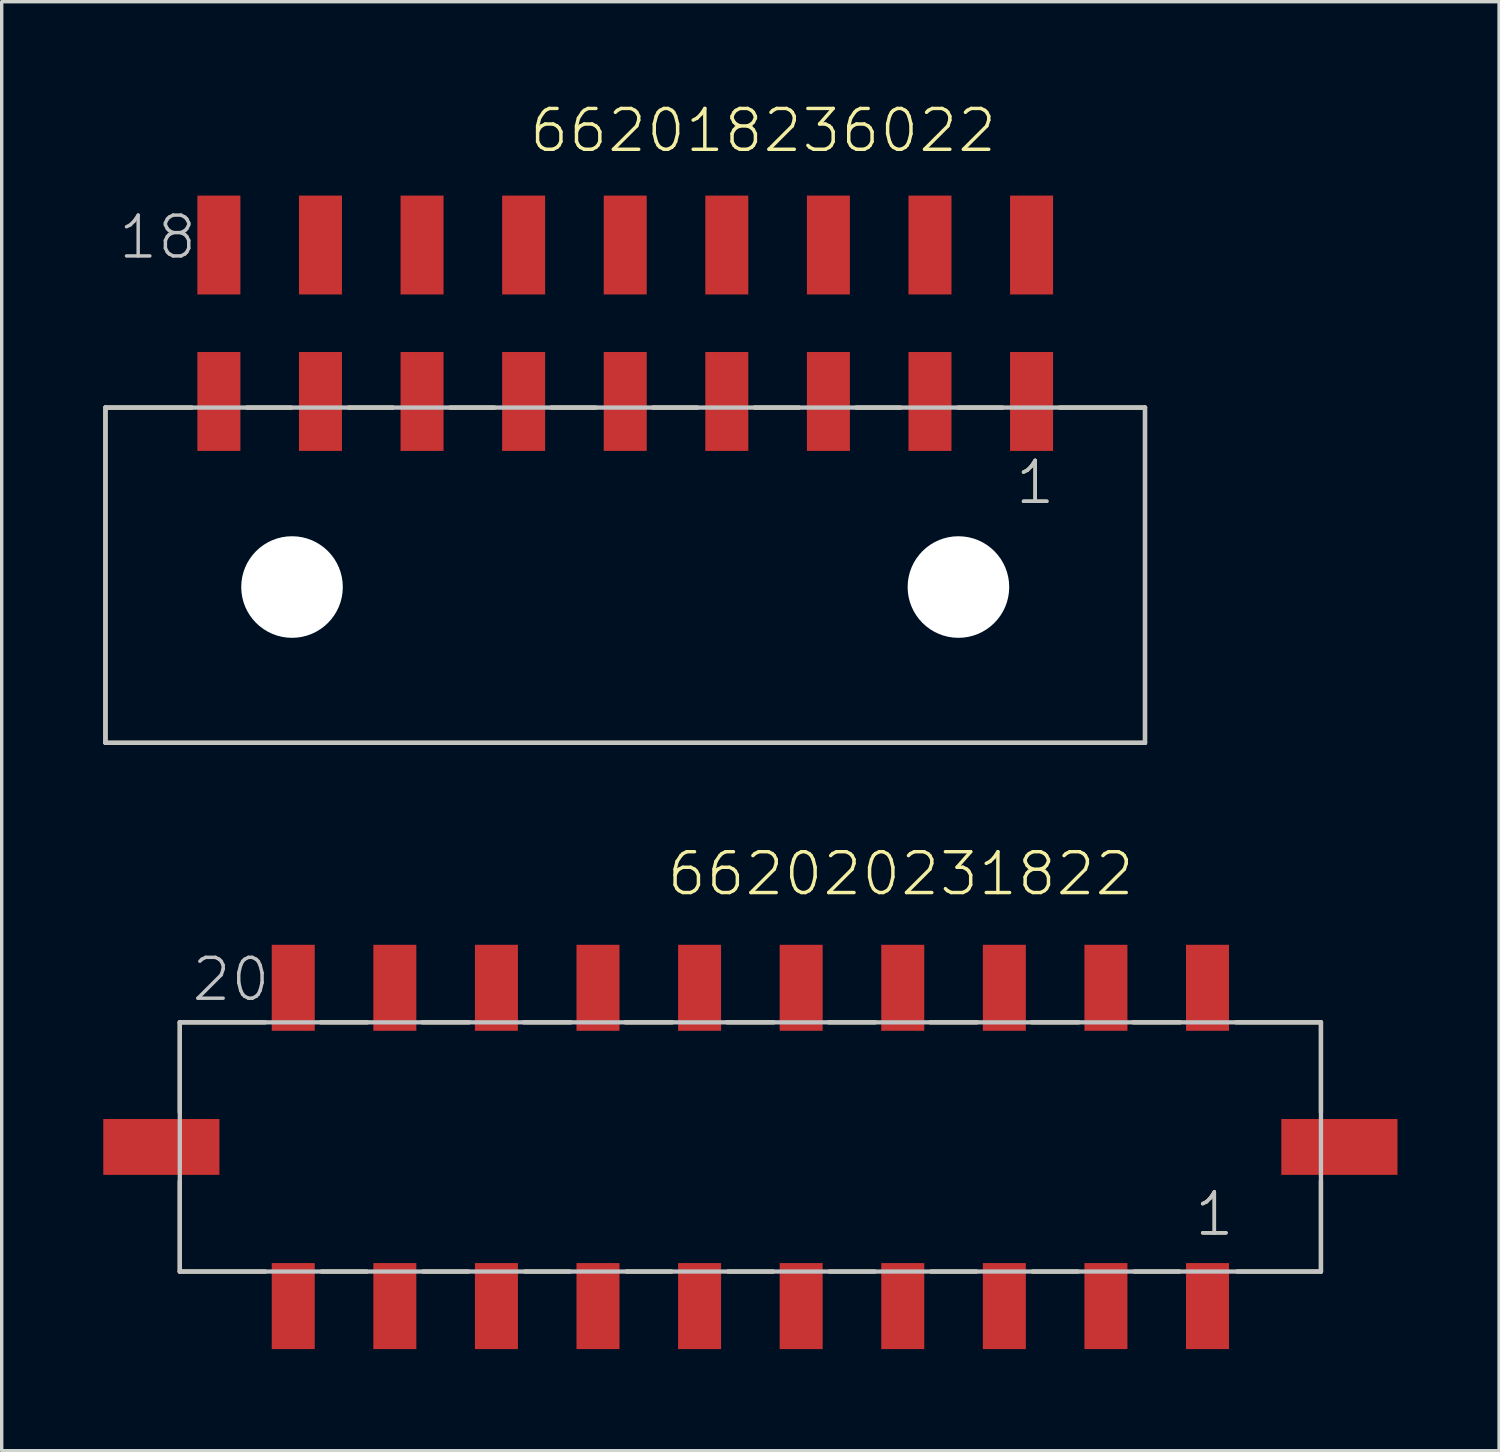
<source format=kicad_pcb>
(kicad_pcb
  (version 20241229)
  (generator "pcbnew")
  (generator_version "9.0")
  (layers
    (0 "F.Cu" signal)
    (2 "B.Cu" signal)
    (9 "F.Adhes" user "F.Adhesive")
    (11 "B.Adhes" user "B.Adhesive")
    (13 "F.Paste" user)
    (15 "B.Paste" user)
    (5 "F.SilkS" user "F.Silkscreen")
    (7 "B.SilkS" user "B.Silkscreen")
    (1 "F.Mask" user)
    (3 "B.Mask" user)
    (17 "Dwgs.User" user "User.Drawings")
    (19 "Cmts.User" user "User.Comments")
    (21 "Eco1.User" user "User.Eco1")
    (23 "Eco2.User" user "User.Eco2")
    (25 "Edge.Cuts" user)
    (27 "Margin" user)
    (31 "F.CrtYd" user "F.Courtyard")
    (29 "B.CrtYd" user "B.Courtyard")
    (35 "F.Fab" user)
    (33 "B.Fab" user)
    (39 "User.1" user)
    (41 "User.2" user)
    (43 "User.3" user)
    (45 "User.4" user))
  (footprint "662018236022"
    (layer "F.Cu")
    (at 15.414 14.286)
    (property "Reference" "662018236022" (at -2.885 -12.775 0) (layer "F.SilkS") (effects (font (size 1.206 1.206) (thickness 0.102)) (justify left bottom)))
    (attr through_hole)
    (fp_line (start -15.35 -5.3) (end -15.35 4.6) (stroke (width 0.127) (type solid)) (layer "F.SilkS"))
    (fp_line (start -15.35 4.6) (end 15.35 4.6) (stroke (width 0.127) (type solid)) (layer "F.SilkS"))
    (fp_line (start -12.8 -5.3) (end -15.35 -5.3) (stroke (width 0.127) (type solid)) (layer "F.SilkS"))
    (fp_line (start -11.17 -5.3) (end -9.86 -5.3) (stroke (width 0.127) (type solid)) (layer "F.SilkS"))
    (fp_line (start -8.17 -5.3) (end -6.86 -5.3) (stroke (width 0.127) (type solid)) (layer "F.SilkS"))
    (fp_line (start -5.17 -5.3) (end -3.86 -5.3) (stroke (width 0.127) (type solid)) (layer "F.SilkS"))
    (fp_line (start -2.18 -5.3) (end -0.87 -5.3) (stroke (width 0.127) (type solid)) (layer "F.SilkS"))
    (fp_line (start 0.82 -5.3) (end 2.13 -5.3) (stroke (width 0.127) (type solid)) (layer "F.SilkS"))
    (fp_line (start 3.82 -5.3) (end 5.13 -5.3) (stroke (width 0.127) (type solid)) (layer "F.SilkS"))
    (fp_line (start 6.82 -5.3) (end 8.13 -5.3) (stroke (width 0.127) (type solid)) (layer "F.SilkS"))
    (fp_line (start 9.83 -5.3) (end 11.14 -5.3) (stroke (width 0.127) (type solid)) (layer "F.SilkS"))
    (fp_line (start 12.83 -5.3) (end 15.35 -5.3) (stroke (width 0.127) (type solid)) (layer "F.SilkS"))
    (fp_line (start 15.35 4.6) (end 15.35 -5.3) (stroke (width 0.127) (type solid)) (layer "F.SilkS"))
    (fp_line (start -15.35 -5.3) (end 15.35 -5.3) (stroke (width 0.127) (type solid)) (layer "Dwgs.User"))
    (fp_line (start -15.35 4.6) (end -15.35 -5.3) (stroke (width 0.127) (type solid)) (layer "Dwgs.User"))
    (fp_line (start 15.35 -5.3) (end 15.35 4.6) (stroke (width 0.127) (type solid)) (layer "Dwgs.User"))
    (fp_line (start 15.35 4.6) (end -15.35 4.6) (stroke (width 0.127) (type solid)) (layer "Dwgs.User"))
    (fp_text user "1" (at 11.465 -2.38 0) (layer "F.SilkS") (effects (font (size 1.206 1.206) (thickness 0.102)) (justify left bottom)))
    (fp_text user "18" (at -15.025 -9.625 0) (layer "Dwgs.User") (effects (font (size 1.206 1.206) (thickness 0.102)) (justify left bottom)))
    (fp_text user "1" (at 11.465 -2.38 0) (layer "Dwgs.User") (effects (font (size 1.206 1.206) (thickness 0.102)) (justify left bottom)))
    (pad "" np_thru_hole circle (at -9.84 0) (size 3 3) (drill 3) (layers "*.Cu"))
    (pad "" np_thru_hole circle (at 9.84 0) (size 3 3) (drill 3) (layers "*.Cu"))
    (pad "1" smd rect (at 12 -5.48 90) (size 2.92 1.27) (layers "F.Cu" "F.Mask" "F.Paste"))
    (pad "2" smd rect (at 9 -5.48 90) (size 2.92 1.27) (layers "F.Cu" "F.Mask" "F.Paste"))
    (pad "3" smd rect (at 6 -5.48 90) (size 2.92 1.27) (layers "F.Cu" "F.Mask" "F.Paste"))
    (pad "4" smd rect (at 3 -5.48 90) (size 2.92 1.27) (layers "F.Cu" "F.Mask" "F.Paste"))
    (pad "5" smd rect (at 0 -5.48 90) (size 2.92 1.27) (layers "F.Cu" "F.Mask" "F.Paste"))
    (pad "6" smd rect (at -3 -5.48 90) (size 2.92 1.27) (layers "F.Cu" "F.Mask" "F.Paste"))
    (pad "7" smd rect (at -6 -5.48 90) (size 2.92 1.27) (layers "F.Cu" "F.Mask" "F.Paste"))
    (pad "8" smd rect (at -9 -5.48 90) (size 2.92 1.27) (layers "F.Cu" "F.Mask" "F.Paste"))
    (pad "9" smd rect (at -12 -5.48 90) (size 2.92 1.27) (layers "F.Cu" "F.Mask" "F.Paste"))
    (pad "10" smd rect (at 12 -10.1 90) (size 2.92 1.27) (layers "F.Cu" "F.Mask" "F.Paste"))
    (pad "11" smd rect (at 9 -10.1 90) (size 2.92 1.27) (layers "F.Cu" "F.Mask" "F.Paste"))
    (pad "12" smd rect (at 6 -10.1 90) (size 2.92 1.27) (layers "F.Cu" "F.Mask" "F.Paste"))
    (pad "13" smd rect (at 3 -10.1 90) (size 2.92 1.27) (layers "F.Cu" "F.Mask" "F.Paste"))
    (pad "14" smd rect (at 0 -10.1 90) (size 2.92 1.27) (layers "F.Cu" "F.Mask" "F.Paste"))
    (pad "15" smd rect (at -3 -10.1 90) (size 2.92 1.27) (layers "F.Cu" "F.Mask" "F.Paste"))
    (pad "16" smd rect (at -6 -10.1 90) (size 2.92 1.27) (layers "F.Cu" "F.Mask" "F.Paste"))
    (pad "17" smd rect (at -9 -10.1 90) (size 2.92 1.27) (layers "F.Cu" "F.Mask" "F.Paste"))
    (pad "18" smd rect (at -12 -10.1 90) (size 2.92 1.27) (layers "F.Cu" "F.Mask" "F.Paste")))
  (footprint "662020231822"
    (layer "F.Cu")
    (at 19.11 30.821)
    (property "Reference" "662020231822" (at -2.52 -7.36 0) (layer "F.SilkS") (effects (font (size 1.206 1.206) (thickness 0.102)) (justify left bottom)))
    (attr through_hole)
    (fp_line (start -16.85 -3.68) (end -16.85 -1.02) (stroke (width 0.127) (type solid)) (layer "F.SilkS"))
    (fp_line (start -16.85 1.01) (end -16.85 3.68) (stroke (width 0.127) (type solid)) (layer "F.SilkS"))
    (fp_line (start -14.33 -3.68) (end -16.85 -3.68) (stroke (width 0.127) (type solid)) (layer "F.SilkS"))
    (fp_line (start -14.33 3.68) (end -16.85 3.68) (stroke (width 0.127) (type solid)) (layer "F.SilkS"))
    (fp_line (start -12.69 -3.68) (end -11.31 -3.68) (stroke (width 0.127) (type solid)) (layer "F.SilkS"))
    (fp_line (start -12.66 3.68) (end -11.33 3.68) (stroke (width 0.127) (type solid)) (layer "F.SilkS"))
    (fp_line (start -9.69 -3.68) (end -8.31 -3.68) (stroke (width 0.127) (type solid)) (layer "F.SilkS"))
    (fp_line (start -9.66 3.68) (end -8.33 3.68) (stroke (width 0.127) (type solid)) (layer "F.SilkS"))
    (fp_line (start -6.69 -3.68) (end -5.31 -3.68) (stroke (width 0.127) (type solid)) (layer "F.SilkS"))
    (fp_line (start -6.66 3.68) (end -5.33 3.68) (stroke (width 0.127) (type solid)) (layer "F.SilkS"))
    (fp_line (start -3.69 -3.68) (end -2.31 -3.68) (stroke (width 0.127) (type solid)) (layer "F.SilkS"))
    (fp_line (start -3.66 3.68) (end -2.33 3.68) (stroke (width 0.127) (type solid)) (layer "F.SilkS"))
    (fp_line (start -0.69 -3.68) (end 0.69 -3.68) (stroke (width 0.127) (type solid)) (layer "F.SilkS"))
    (fp_line (start -0.66 3.68) (end 0.67 3.68) (stroke (width 0.127) (type solid)) (layer "F.SilkS"))
    (fp_line (start 2.31 -3.68) (end 3.69 -3.68) (stroke (width 0.127) (type solid)) (layer "F.SilkS"))
    (fp_line (start 2.34 3.68) (end 3.67 3.68) (stroke (width 0.127) (type solid)) (layer "F.SilkS"))
    (fp_line (start 5.31 -3.68) (end 6.69 -3.68) (stroke (width 0.127) (type solid)) (layer "F.SilkS"))
    (fp_line (start 5.34 3.68) (end 6.67 3.68) (stroke (width 0.127) (type solid)) (layer "F.SilkS"))
    (fp_line (start 8.31 -3.68) (end 9.69 -3.68) (stroke (width 0.127) (type solid)) (layer "F.SilkS"))
    (fp_line (start 8.34 3.68) (end 9.67 3.68) (stroke (width 0.127) (type solid)) (layer "F.SilkS"))
    (fp_line (start 11.31 -3.68) (end 12.69 -3.68) (stroke (width 0.127) (type solid)) (layer "F.SilkS"))
    (fp_line (start 11.34 3.68) (end 12.67 3.68) (stroke (width 0.127) (type solid)) (layer "F.SilkS"))
    (fp_line (start 14.34 -3.68) (end 16.85 -3.68) (stroke (width 0.127) (type solid)) (layer "F.SilkS"))
    (fp_line (start 16.85 -3.68) (end 16.85 -1.02) (stroke (width 0.127) (type solid)) (layer "F.SilkS"))
    (fp_line (start 16.85 1.01) (end 16.85 3.68) (stroke (width 0.127) (type solid)) (layer "F.SilkS"))
    (fp_line (start 16.85 3.68) (end 14.38 3.68) (stroke (width 0.127) (type solid)) (layer "F.SilkS"))
    (fp_line (start -16.85 -3.68) (end 16.85 -3.68) (stroke (width 0.127) (type solid)) (layer "Dwgs.User"))
    (fp_line (start -16.85 3.68) (end -16.85 -3.68) (stroke (width 0.127) (type solid)) (layer "Dwgs.User"))
    (fp_line (start 16.85 -3.68) (end 16.85 3.68) (stroke (width 0.127) (type solid)) (layer "Dwgs.User"))
    (fp_line (start 16.85 3.68) (end -16.85 3.68) (stroke (width 0.127) (type solid)) (layer "Dwgs.User"))
    (fp_text user "1" (at 13.06 2.69 0) (layer "F.SilkS") (effects (font (size 1.206 1.206) (thickness 0.102)) (justify left bottom)))
    (fp_text user "1" (at 13.06 2.69 0) (layer "Dwgs.User") (effects (font (size 1.206 1.206) (thickness 0.102)) (justify left bottom)))
    (fp_text user "20" (at -16.555 -4.24 0) (layer "Dwgs.User") (effects (font (size 1.206 1.206) (thickness 0.102)) (justify left bottom)))
    (pad "1" smd rect (at 13.5 4.7 90) (size 2.54 1.27) (layers "F.Cu" "F.Mask" "F.Paste"))
    (pad "2" smd rect (at 10.5 4.7 90) (size 2.54 1.27) (layers "F.Cu" "F.Mask" "F.Paste"))
    (pad "3" smd rect (at 7.5 4.7 90) (size 2.54 1.27) (layers "F.Cu" "F.Mask" "F.Paste"))
    (pad "4" smd rect (at 4.5 4.7 90) (size 2.54 1.27) (layers "F.Cu" "F.Mask" "F.Paste"))
    (pad "5" smd rect (at 1.5 4.7 90) (size 2.54 1.27) (layers "F.Cu" "F.Mask" "F.Paste"))
    (pad "6" smd rect (at -1.5 4.7 90) (size 2.54 1.27) (layers "F.Cu" "F.Mask" "F.Paste"))
    (pad "7" smd rect (at -4.5 4.7 90) (size 2.54 1.27) (layers "F.Cu" "F.Mask" "F.Paste"))
    (pad "8" smd rect (at -7.5 4.7 90) (size 2.54 1.27) (layers "F.Cu" "F.Mask" "F.Paste"))
    (pad "9" smd rect (at -10.5 4.7 90) (size 2.54 1.27) (layers "F.Cu" "F.Mask" "F.Paste"))
    (pad "10" smd rect (at -13.5 4.7 90) (size 2.54 1.27) (layers "F.Cu" "F.Mask" "F.Paste"))
    (pad "11" smd rect (at 13.5 -4.7 90) (size 2.54 1.27) (layers "F.Cu" "F.Mask" "F.Paste"))
    (pad "12" smd rect (at 10.5 -4.7 90) (size 2.54 1.27) (layers "F.Cu" "F.Mask" "F.Paste"))
    (pad "13" smd rect (at 7.5 -4.7 90) (size 2.54 1.27) (layers "F.Cu" "F.Mask" "F.Paste"))
    (pad "14" smd rect (at 4.5 -4.7 90) (size 2.54 1.27) (layers "F.Cu" "F.Mask" "F.Paste"))
    (pad "15" smd rect (at 1.5 -4.7 90) (size 2.54 1.27) (layers "F.Cu" "F.Mask" "F.Paste"))
    (pad "16" smd rect (at -1.5 -4.7 90) (size 2.54 1.27) (layers "F.Cu" "F.Mask" "F.Paste"))
    (pad "17" smd rect (at -4.5 -4.7 90) (size 2.54 1.27) (layers "F.Cu" "F.Mask" "F.Paste"))
    (pad "18" smd rect (at -7.5 -4.7 90) (size 2.54 1.27) (layers "F.Cu" "F.Mask" "F.Paste"))
    (pad "19" smd rect (at -10.5 -4.7 90) (size 2.54 1.27) (layers "F.Cu" "F.Mask" "F.Paste"))
    (pad "20" smd rect (at -13.5 -4.7 90) (size 2.54 1.27) (layers "F.Cu" "F.Mask" "F.Paste"))
    (pad "M1" smd rect (at 17.395 0 180) (size 3.43 1.65) (layers "F.Cu" "F.Mask" "F.Paste"))
    (pad "M2" smd rect (at -17.395 0 180) (size 3.43 1.65) (layers "F.Cu" "F.Mask" "F.Paste")))
  (gr_rect
    (start -3 -3)
    (end 41.22 39.791)
    (stroke (width 0.1) (type default))
    (fill no)
    (layer "Edge.Cuts")))
</source>
